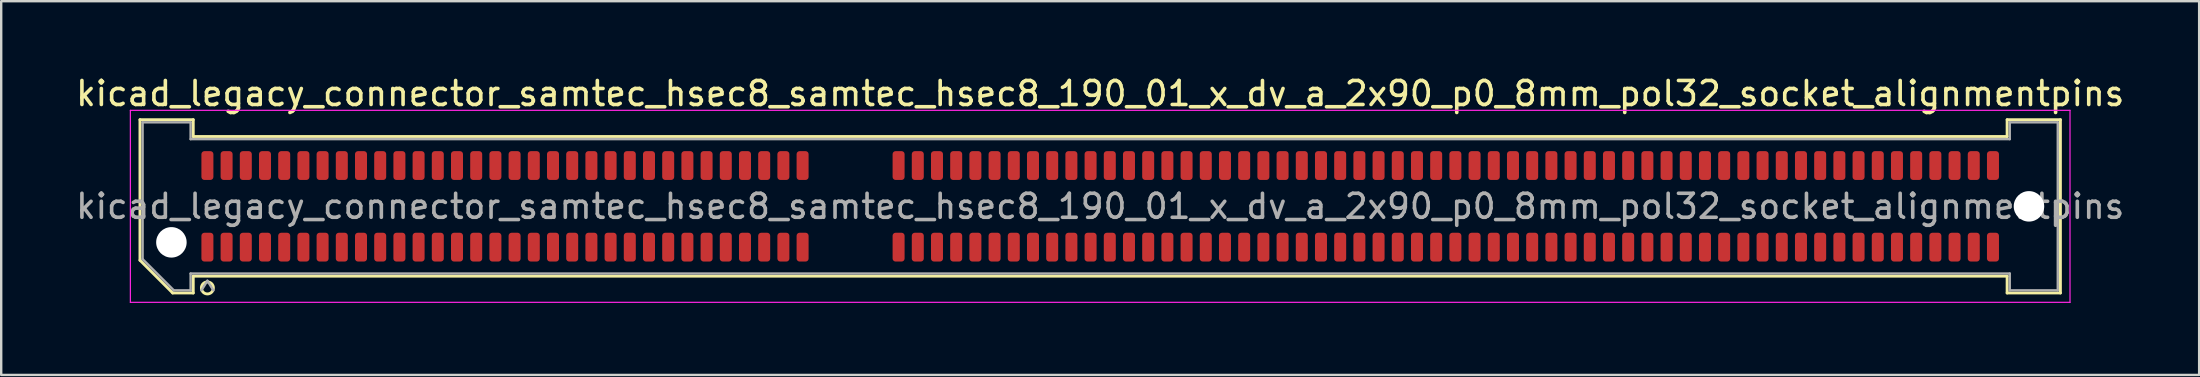
<source format=kicad_pcb>
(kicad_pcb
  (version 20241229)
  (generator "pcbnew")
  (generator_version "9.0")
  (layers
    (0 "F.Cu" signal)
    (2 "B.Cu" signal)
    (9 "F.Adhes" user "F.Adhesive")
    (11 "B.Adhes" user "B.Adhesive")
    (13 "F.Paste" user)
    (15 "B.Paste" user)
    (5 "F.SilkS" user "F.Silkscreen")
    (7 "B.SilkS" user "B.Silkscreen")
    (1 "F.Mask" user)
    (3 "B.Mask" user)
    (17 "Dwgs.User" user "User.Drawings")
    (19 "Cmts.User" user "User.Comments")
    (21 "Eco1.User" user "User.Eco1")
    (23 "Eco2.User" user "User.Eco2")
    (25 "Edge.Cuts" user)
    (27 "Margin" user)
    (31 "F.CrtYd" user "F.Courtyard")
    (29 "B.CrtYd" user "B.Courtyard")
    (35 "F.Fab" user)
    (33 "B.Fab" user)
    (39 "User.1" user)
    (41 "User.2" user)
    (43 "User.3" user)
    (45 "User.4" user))
  (footprint "kicad_legacy_connector_samtec_hsec8_samtec_hsec8_190_01_x_dv_a_2x90_p0_8mm_pol32_socket_alignmentpins"
    (layer "F.Cu")
    (at 42.792 5.548)
    (property "Reference" "kicad_legacy_connector_samtec_hsec8_samtec_hsec8_190_01_x_dv_a_2x90_p0_8mm_pol32_socket_alignmentpins" (at 0 -4.7 0) (layer "F.SilkS") (effects (font (size 1 1) (thickness 0.15))))
    (attr smd)
    (fp_line (start -40.01 -3.61) (end -37.79 -3.61) (stroke (width 0.12) (type solid)) (layer "F.SilkS"))
    (fp_line (start -40.01 2.246) (end -40.01 -3.61) (stroke (width 0.12) (type solid)) (layer "F.SilkS"))
    (fp_line (start -38.646 3.61) (end -40.01 2.246) (stroke (width 0.12) (type solid)) (layer "F.SilkS"))
    (fp_line (start -37.79 -3.61) (end -37.79 -2.91) (stroke (width 0.12) (type solid)) (layer "F.SilkS"))
    (fp_line (start -37.79 -2.91) (end 37.79 -2.91) (stroke (width 0.12) (type solid)) (layer "F.SilkS"))
    (fp_line (start -37.79 2.91) (end -37.79 3.61) (stroke (width 0.12) (type solid)) (layer "F.SilkS"))
    (fp_line (start -37.79 3.61) (end -38.646 3.61) (stroke (width 0.12) (type solid)) (layer "F.SilkS"))
    (fp_line (start 37.79 -3.61) (end 40.01 -3.61) (stroke (width 0.12) (type solid)) (layer "F.SilkS"))
    (fp_line (start 37.79 -2.91) (end 37.79 -3.61) (stroke (width 0.12) (type solid)) (layer "F.SilkS"))
    (fp_line (start 37.79 2.91) (end -37.79 2.91) (stroke (width 0.12) (type solid)) (layer "F.SilkS"))
    (fp_line (start 37.79 3.61) (end 37.79 2.91) (stroke (width 0.12) (type solid)) (layer "F.SilkS"))
    (fp_line (start 40.01 -3.61) (end 40.01 3.61) (stroke (width 0.12) (type solid)) (layer "F.SilkS"))
    (fp_line (start 40.01 3.61) (end 37.79 3.61) (stroke (width 0.12) (type solid)) (layer "F.SilkS"))
    (fp_arc (start -36.95 3.4) (mid -37.45 3.4) (end -36.95 3.4) (stroke (width 0.12) (type solid)) (layer "F.SilkS"))
    (fp_line (start -40.41 -4) (end -40.41 4) (stroke (width 0.05) (type solid)) (layer "F.CrtYd"))
    (fp_line (start -40.41 4) (end 40.41 4) (stroke (width 0.05) (type solid)) (layer "F.CrtYd"))
    (fp_line (start 40.41 -4) (end -40.41 -4) (stroke (width 0.05) (type solid)) (layer "F.CrtYd"))
    (fp_line (start 40.41 4) (end 40.41 -4) (stroke (width 0.05) (type solid)) (layer "F.CrtYd"))
    (fp_line (start -39.9 -3.5) (end -37.9 -3.5) (stroke (width 0.1) (type solid)) (layer "F.Fab"))
    (fp_line (start -39.9 2.2) (end -39.9 -3.5) (stroke (width 0.1) (type solid)) (layer "F.Fab"))
    (fp_line (start -38.6 3.5) (end -39.9 2.2) (stroke (width 0.1) (type solid)) (layer "F.Fab"))
    (fp_line (start -37.9 -3.5) (end -37.9 -2.8) (stroke (width 0.1) (type solid)) (layer "F.Fab"))
    (fp_line (start -37.9 -2.8) (end 37.9 -2.8) (stroke (width 0.1) (type solid)) (layer "F.Fab"))
    (fp_line (start -37.9 2.8) (end -37.9 3.5) (stroke (width 0.1) (type solid)) (layer "F.Fab"))
    (fp_line (start -37.9 3.5) (end -38.6 3.5) (stroke (width 0.1) (type solid)) (layer "F.Fab"))
    (fp_line (start -37.2 3.1) (end -37.45 3.5) (stroke (width 0.1) (type solid)) (layer "F.Fab"))
    (fp_line (start -37.2 3.1) (end -36.95 3.5) (stroke (width 0.1) (type solid)) (layer "F.Fab"))
    (fp_line (start 37.9 -3.5) (end 39.9 -3.5) (stroke (width 0.1) (type solid)) (layer "F.Fab"))
    (fp_line (start 37.9 -2.8) (end 37.9 -3.5) (stroke (width 0.1) (type solid)) (layer "F.Fab"))
    (fp_line (start 37.9 2.8) (end -37.9 2.8) (stroke (width 0.1) (type solid)) (layer "F.Fab"))
    (fp_line (start 37.9 3.5) (end 37.9 2.8) (stroke (width 0.1) (type solid)) (layer "F.Fab"))
    (fp_line (start 39.9 -3.5) (end 39.9 3.5) (stroke (width 0.1) (type solid)) (layer "F.Fab"))
    (fp_line (start 39.9 3.5) (end 37.9 3.5) (stroke (width 0.1) (type solid)) (layer "F.Fab"))
    (fp_text user "${REFERENCE}" (at 0 0 0) (layer "F.Fab") (effects (font (size 1 1) (thickness 0.15))))
    (pad "" np_thru_hole circle (at -38.7 1.5) (size 1.27 1.27) (drill 1.27) (layers "*.Cu" "*.Mask"))
    (pad "" np_thru_hole circle (at 38.7 0) (size 1.27 1.27) (drill 1.27) (layers "*.Cu" "*.Mask"))
    (pad "1" smd roundrect (at -37.2 1.7) (size 0.5 1.2) (layers "F.Cu" "F.Mask" "F.Paste") (roundrect_rratio 0.25))
    (pad "2" smd roundrect (at -37.2 -1.7) (size 0.5 1.2) (layers "F.Cu" "F.Mask" "F.Paste") (roundrect_rratio 0.25))
    (pad "3" smd roundrect (at -36.4 1.7) (size 0.5 1.2) (layers "F.Cu" "F.Mask" "F.Paste") (roundrect_rratio 0.25))
    (pad "4" smd roundrect (at -36.4 -1.7) (size 0.5 1.2) (layers "F.Cu" "F.Mask" "F.Paste") (roundrect_rratio 0.25))
    (pad "5" smd roundrect (at -35.6 1.7) (size 0.5 1.2) (layers "F.Cu" "F.Mask" "F.Paste") (roundrect_rratio 0.25))
    (pad "6" smd roundrect (at -35.6 -1.7) (size 0.5 1.2) (layers "F.Cu" "F.Mask" "F.Paste") (roundrect_rratio 0.25))
    (pad "7" smd roundrect (at -34.8 1.7) (size 0.5 1.2) (layers "F.Cu" "F.Mask" "F.Paste") (roundrect_rratio 0.25))
    (pad "8" smd roundrect (at -34.8 -1.7) (size 0.5 1.2) (layers "F.Cu" "F.Mask" "F.Paste") (roundrect_rratio 0.25))
    (pad "9" smd roundrect (at -34 1.7) (size 0.5 1.2) (layers "F.Cu" "F.Mask" "F.Paste") (roundrect_rratio 0.25))
    (pad "10" smd roundrect (at -34 -1.7) (size 0.5 1.2) (layers "F.Cu" "F.Mask" "F.Paste") (roundrect_rratio 0.25))
    (pad "11" smd roundrect (at -33.2 1.7) (size 0.5 1.2) (layers "F.Cu" "F.Mask" "F.Paste") (roundrect_rratio 0.25))
    (pad "12" smd roundrect (at -33.2 -1.7) (size 0.5 1.2) (layers "F.Cu" "F.Mask" "F.Paste") (roundrect_rratio 0.25))
    (pad "13" smd roundrect (at -32.4 1.7) (size 0.5 1.2) (layers "F.Cu" "F.Mask" "F.Paste") (roundrect_rratio 0.25))
    (pad "14" smd roundrect (at -32.4 -1.7) (size 0.5 1.2) (layers "F.Cu" "F.Mask" "F.Paste") (roundrect_rratio 0.25))
    (pad "15" smd roundrect (at -31.6 1.7) (size 0.5 1.2) (layers "F.Cu" "F.Mask" "F.Paste") (roundrect_rratio 0.25))
    (pad "16" smd roundrect (at -31.6 -1.7) (size 0.5 1.2) (layers "F.Cu" "F.Mask" "F.Paste") (roundrect_rratio 0.25))
    (pad "17" smd roundrect (at -30.8 1.7) (size 0.5 1.2) (layers "F.Cu" "F.Mask" "F.Paste") (roundrect_rratio 0.25))
    (pad "18" smd roundrect (at -30.8 -1.7) (size 0.5 1.2) (layers "F.Cu" "F.Mask" "F.Paste") (roundrect_rratio 0.25))
    (pad "19" smd roundrect (at -30 1.7) (size 0.5 1.2) (layers "F.Cu" "F.Mask" "F.Paste") (roundrect_rratio 0.25))
    (pad "20" smd roundrect (at -30 -1.7) (size 0.5 1.2) (layers "F.Cu" "F.Mask" "F.Paste") (roundrect_rratio 0.25))
    (pad "21" smd roundrect (at -29.2 1.7) (size 0.5 1.2) (layers "F.Cu" "F.Mask" "F.Paste") (roundrect_rratio 0.25))
    (pad "22" smd roundrect (at -29.2 -1.7) (size 0.5 1.2) (layers "F.Cu" "F.Mask" "F.Paste") (roundrect_rratio 0.25))
    (pad "23" smd roundrect (at -28.4 1.7) (size 0.5 1.2) (layers "F.Cu" "F.Mask" "F.Paste") (roundrect_rratio 0.25))
    (pad "24" smd roundrect (at -28.4 -1.7) (size 0.5 1.2) (layers "F.Cu" "F.Mask" "F.Paste") (roundrect_rratio 0.25))
    (pad "25" smd roundrect (at -27.6 1.7) (size 0.5 1.2) (layers "F.Cu" "F.Mask" "F.Paste") (roundrect_rratio 0.25))
    (pad "26" smd roundrect (at -27.6 -1.7) (size 0.5 1.2) (layers "F.Cu" "F.Mask" "F.Paste") (roundrect_rratio 0.25))
    (pad "27" smd roundrect (at -26.8 1.7) (size 0.5 1.2) (layers "F.Cu" "F.Mask" "F.Paste") (roundrect_rratio 0.25))
    (pad "28" smd roundrect (at -26.8 -1.7) (size 0.5 1.2) (layers "F.Cu" "F.Mask" "F.Paste") (roundrect_rratio 0.25))
    (pad "29" smd roundrect (at -26 1.7) (size 0.5 1.2) (layers "F.Cu" "F.Mask" "F.Paste") (roundrect_rratio 0.25))
    (pad "30" smd roundrect (at -26 -1.7) (size 0.5 1.2) (layers "F.Cu" "F.Mask" "F.Paste") (roundrect_rratio 0.25))
    (pad "31" smd roundrect (at -25.2 1.7) (size 0.5 1.2) (layers "F.Cu" "F.Mask" "F.Paste") (roundrect_rratio 0.25))
    (pad "32" smd roundrect (at -25.2 -1.7) (size 0.5 1.2) (layers "F.Cu" "F.Mask" "F.Paste") (roundrect_rratio 0.25))
    (pad "33" smd roundrect (at -24.4 1.7) (size 0.5 1.2) (layers "F.Cu" "F.Mask" "F.Paste") (roundrect_rratio 0.25))
    (pad "34" smd roundrect (at -24.4 -1.7) (size 0.5 1.2) (layers "F.Cu" "F.Mask" "F.Paste") (roundrect_rratio 0.25))
    (pad "35" smd roundrect (at -23.6 1.7) (size 0.5 1.2) (layers "F.Cu" "F.Mask" "F.Paste") (roundrect_rratio 0.25))
    (pad "36" smd roundrect (at -23.6 -1.7) (size 0.5 1.2) (layers "F.Cu" "F.Mask" "F.Paste") (roundrect_rratio 0.25))
    (pad "37" smd roundrect (at -22.8 1.7) (size 0.5 1.2) (layers "F.Cu" "F.Mask" "F.Paste") (roundrect_rratio 0.25))
    (pad "38" smd roundrect (at -22.8 -1.7) (size 0.5 1.2) (layers "F.Cu" "F.Mask" "F.Paste") (roundrect_rratio 0.25))
    (pad "39" smd roundrect (at -22 1.7) (size 0.5 1.2) (layers "F.Cu" "F.Mask" "F.Paste") (roundrect_rratio 0.25))
    (pad "40" smd roundrect (at -22 -1.7) (size 0.5 1.2) (layers "F.Cu" "F.Mask" "F.Paste") (roundrect_rratio 0.25))
    (pad "41" smd roundrect (at -21.2 1.7) (size 0.5 1.2) (layers "F.Cu" "F.Mask" "F.Paste") (roundrect_rratio 0.25))
    (pad "42" smd roundrect (at -21.2 -1.7) (size 0.5 1.2) (layers "F.Cu" "F.Mask" "F.Paste") (roundrect_rratio 0.25))
    (pad "43" smd roundrect (at -20.4 1.7) (size 0.5 1.2) (layers "F.Cu" "F.Mask" "F.Paste") (roundrect_rratio 0.25))
    (pad "44" smd roundrect (at -20.4 -1.7) (size 0.5 1.2) (layers "F.Cu" "F.Mask" "F.Paste") (roundrect_rratio 0.25))
    (pad "45" smd roundrect (at -19.6 1.7) (size 0.5 1.2) (layers "F.Cu" "F.Mask" "F.Paste") (roundrect_rratio 0.25))
    (pad "46" smd roundrect (at -19.6 -1.7) (size 0.5 1.2) (layers "F.Cu" "F.Mask" "F.Paste") (roundrect_rratio 0.25))
    (pad "47" smd roundrect (at -18.8 1.7) (size 0.5 1.2) (layers "F.Cu" "F.Mask" "F.Paste") (roundrect_rratio 0.25))
    (pad "48" smd roundrect (at -18.8 -1.7) (size 0.5 1.2) (layers "F.Cu" "F.Mask" "F.Paste") (roundrect_rratio 0.25))
    (pad "49" smd roundrect (at -18 1.7) (size 0.5 1.2) (layers "F.Cu" "F.Mask" "F.Paste") (roundrect_rratio 0.25))
    (pad "50" smd roundrect (at -18 -1.7) (size 0.5 1.2) (layers "F.Cu" "F.Mask" "F.Paste") (roundrect_rratio 0.25))
    (pad "51" smd roundrect (at -17.2 1.7) (size 0.5 1.2) (layers "F.Cu" "F.Mask" "F.Paste") (roundrect_rratio 0.25))
    (pad "52" smd roundrect (at -17.2 -1.7) (size 0.5 1.2) (layers "F.Cu" "F.Mask" "F.Paste") (roundrect_rratio 0.25))
    (pad "53" smd roundrect (at -16.4 1.7) (size 0.5 1.2) (layers "F.Cu" "F.Mask" "F.Paste") (roundrect_rratio 0.25))
    (pad "54" smd roundrect (at -16.4 -1.7) (size 0.5 1.2) (layers "F.Cu" "F.Mask" "F.Paste") (roundrect_rratio 0.25))
    (pad "55" smd roundrect (at -15.6 1.7) (size 0.5 1.2) (layers "F.Cu" "F.Mask" "F.Paste") (roundrect_rratio 0.25))
    (pad "56" smd roundrect (at -15.6 -1.7) (size 0.5 1.2) (layers "F.Cu" "F.Mask" "F.Paste") (roundrect_rratio 0.25))
    (pad "57" smd roundrect (at -14.8 1.7) (size 0.5 1.2) (layers "F.Cu" "F.Mask" "F.Paste") (roundrect_rratio 0.25))
    (pad "58" smd roundrect (at -14.8 -1.7) (size 0.5 1.2) (layers "F.Cu" "F.Mask" "F.Paste") (roundrect_rratio 0.25))
    (pad "59" smd roundrect (at -14 1.7) (size 0.5 1.2) (layers "F.Cu" "F.Mask" "F.Paste") (roundrect_rratio 0.25))
    (pad "60" smd roundrect (at -14 -1.7) (size 0.5 1.2) (layers "F.Cu" "F.Mask" "F.Paste") (roundrect_rratio 0.25))
    (pad "61" smd roundrect (at -13.2 1.7) (size 0.5 1.2) (layers "F.Cu" "F.Mask" "F.Paste") (roundrect_rratio 0.25))
    (pad "62" smd roundrect (at -13.2 -1.7) (size 0.5 1.2) (layers "F.Cu" "F.Mask" "F.Paste") (roundrect_rratio 0.25))
    (pad "63" smd roundrect (at -12.4 1.7) (size 0.5 1.2) (layers "F.Cu" "F.Mask" "F.Paste") (roundrect_rratio 0.25))
    (pad "64" smd roundrect (at -12.4 -1.7) (size 0.5 1.2) (layers "F.Cu" "F.Mask" "F.Paste") (roundrect_rratio 0.25))
    (pad "65" smd roundrect (at -8.4 1.7) (size 0.5 1.2) (layers "F.Cu" "F.Mask" "F.Paste") (roundrect_rratio 0.25))
    (pad "66" smd roundrect (at -8.4 -1.7) (size 0.5 1.2) (layers "F.Cu" "F.Mask" "F.Paste") (roundrect_rratio 0.25))
    (pad "67" smd roundrect (at -7.6 1.7) (size 0.5 1.2) (layers "F.Cu" "F.Mask" "F.Paste") (roundrect_rratio 0.25))
    (pad "68" smd roundrect (at -7.6 -1.7) (size 0.5 1.2) (layers "F.Cu" "F.Mask" "F.Paste") (roundrect_rratio 0.25))
    (pad "69" smd roundrect (at -6.8 1.7) (size 0.5 1.2) (layers "F.Cu" "F.Mask" "F.Paste") (roundrect_rratio 0.25))
    (pad "70" smd roundrect (at -6.8 -1.7) (size 0.5 1.2) (layers "F.Cu" "F.Mask" "F.Paste") (roundrect_rratio 0.25))
    (pad "71" smd roundrect (at -6 1.7) (size 0.5 1.2) (layers "F.Cu" "F.Mask" "F.Paste") (roundrect_rratio 0.25))
    (pad "72" smd roundrect (at -6 -1.7) (size 0.5 1.2) (layers "F.Cu" "F.Mask" "F.Paste") (roundrect_rratio 0.25))
    (pad "73" smd roundrect (at -5.2 1.7) (size 0.5 1.2) (layers "F.Cu" "F.Mask" "F.Paste") (roundrect_rratio 0.25))
    (pad "74" smd roundrect (at -5.2 -1.7) (size 0.5 1.2) (layers "F.Cu" "F.Mask" "F.Paste") (roundrect_rratio 0.25))
    (pad "75" smd roundrect (at -4.4 1.7) (size 0.5 1.2) (layers "F.Cu" "F.Mask" "F.Paste") (roundrect_rratio 0.25))
    (pad "76" smd roundrect (at -4.4 -1.7) (size 0.5 1.2) (layers "F.Cu" "F.Mask" "F.Paste") (roundrect_rratio 0.25))
    (pad "77" smd roundrect (at -3.6 1.7) (size 0.5 1.2) (layers "F.Cu" "F.Mask" "F.Paste") (roundrect_rratio 0.25))
    (pad "78" smd roundrect (at -3.6 -1.7) (size 0.5 1.2) (layers "F.Cu" "F.Mask" "F.Paste") (roundrect_rratio 0.25))
    (pad "79" smd roundrect (at -2.8 1.7) (size 0.5 1.2) (layers "F.Cu" "F.Mask" "F.Paste") (roundrect_rratio 0.25))
    (pad "80" smd roundrect (at -2.8 -1.7) (size 0.5 1.2) (layers "F.Cu" "F.Mask" "F.Paste") (roundrect_rratio 0.25))
    (pad "81" smd roundrect (at -2 1.7) (size 0.5 1.2) (layers "F.Cu" "F.Mask" "F.Paste") (roundrect_rratio 0.25))
    (pad "82" smd roundrect (at -2 -1.7) (size 0.5 1.2) (layers "F.Cu" "F.Mask" "F.Paste") (roundrect_rratio 0.25))
    (pad "83" smd roundrect (at -1.2 1.7) (size 0.5 1.2) (layers "F.Cu" "F.Mask" "F.Paste") (roundrect_rratio 0.25))
    (pad "84" smd roundrect (at -1.2 -1.7) (size 0.5 1.2) (layers "F.Cu" "F.Mask" "F.Paste") (roundrect_rratio 0.25))
    (pad "85" smd roundrect (at -0.4 1.7) (size 0.5 1.2) (layers "F.Cu" "F.Mask" "F.Paste") (roundrect_rratio 0.25))
    (pad "86" smd roundrect (at -0.4 -1.7) (size 0.5 1.2) (layers "F.Cu" "F.Mask" "F.Paste") (roundrect_rratio 0.25))
    (pad "87" smd roundrect (at 0.4 1.7) (size 0.5 1.2) (layers "F.Cu" "F.Mask" "F.Paste") (roundrect_rratio 0.25))
    (pad "88" smd roundrect (at 0.4 -1.7) (size 0.5 1.2) (layers "F.Cu" "F.Mask" "F.Paste") (roundrect_rratio 0.25))
    (pad "89" smd roundrect (at 1.2 1.7) (size 0.5 1.2) (layers "F.Cu" "F.Mask" "F.Paste") (roundrect_rratio 0.25))
    (pad "90" smd roundrect (at 1.2 -1.7) (size 0.5 1.2) (layers "F.Cu" "F.Mask" "F.Paste") (roundrect_rratio 0.25))
    (pad "91" smd roundrect (at 2 1.7) (size 0.5 1.2) (layers "F.Cu" "F.Mask" "F.Paste") (roundrect_rratio 0.25))
    (pad "92" smd roundrect (at 2 -1.7) (size 0.5 1.2) (layers "F.Cu" "F.Mask" "F.Paste") (roundrect_rratio 0.25))
    (pad "93" smd roundrect (at 2.8 1.7) (size 0.5 1.2) (layers "F.Cu" "F.Mask" "F.Paste") (roundrect_rratio 0.25))
    (pad "94" smd roundrect (at 2.8 -1.7) (size 0.5 1.2) (layers "F.Cu" "F.Mask" "F.Paste") (roundrect_rratio 0.25))
    (pad "95" smd roundrect (at 3.6 1.7) (size 0.5 1.2) (layers "F.Cu" "F.Mask" "F.Paste") (roundrect_rratio 0.25))
    (pad "96" smd roundrect (at 3.6 -1.7) (size 0.5 1.2) (layers "F.Cu" "F.Mask" "F.Paste") (roundrect_rratio 0.25))
    (pad "97" smd roundrect (at 4.4 1.7) (size 0.5 1.2) (layers "F.Cu" "F.Mask" "F.Paste") (roundrect_rratio 0.25))
    (pad "98" smd roundrect (at 4.4 -1.7) (size 0.5 1.2) (layers "F.Cu" "F.Mask" "F.Paste") (roundrect_rratio 0.25))
    (pad "99" smd roundrect (at 5.2 1.7) (size 0.5 1.2) (layers "F.Cu" "F.Mask" "F.Paste") (roundrect_rratio 0.25))
    (pad "100" smd roundrect (at 5.2 -1.7) (size 0.5 1.2) (layers "F.Cu" "F.Mask" "F.Paste") (roundrect_rratio 0.25))
    (pad "101" smd roundrect (at 6 1.7) (size 0.5 1.2) (layers "F.Cu" "F.Mask" "F.Paste") (roundrect_rratio 0.25))
    (pad "102" smd roundrect (at 6 -1.7) (size 0.5 1.2) (layers "F.Cu" "F.Mask" "F.Paste") (roundrect_rratio 0.25))
    (pad "103" smd roundrect (at 6.8 1.7) (size 0.5 1.2) (layers "F.Cu" "F.Mask" "F.Paste") (roundrect_rratio 0.25))
    (pad "104" smd roundrect (at 6.8 -1.7) (size 0.5 1.2) (layers "F.Cu" "F.Mask" "F.Paste") (roundrect_rratio 0.25))
    (pad "105" smd roundrect (at 7.6 1.7) (size 0.5 1.2) (layers "F.Cu" "F.Mask" "F.Paste") (roundrect_rratio 0.25))
    (pad "106" smd roundrect (at 7.6 -1.7) (size 0.5 1.2) (layers "F.Cu" "F.Mask" "F.Paste") (roundrect_rratio 0.25))
    (pad "107" smd roundrect (at 8.4 1.7) (size 0.5 1.2) (layers "F.Cu" "F.Mask" "F.Paste") (roundrect_rratio 0.25))
    (pad "108" smd roundrect (at 8.4 -1.7) (size 0.5 1.2) (layers "F.Cu" "F.Mask" "F.Paste") (roundrect_rratio 0.25))
    (pad "109" smd roundrect (at 9.2 1.7) (size 0.5 1.2) (layers "F.Cu" "F.Mask" "F.Paste") (roundrect_rratio 0.25))
    (pad "110" smd roundrect (at 9.2 -1.7) (size 0.5 1.2) (layers "F.Cu" "F.Mask" "F.Paste") (roundrect_rratio 0.25))
    (pad "111" smd roundrect (at 10 1.7) (size 0.5 1.2) (layers "F.Cu" "F.Mask" "F.Paste") (roundrect_rratio 0.25))
    (pad "112" smd roundrect (at 10 -1.7) (size 0.5 1.2) (layers "F.Cu" "F.Mask" "F.Paste") (roundrect_rratio 0.25))
    (pad "113" smd roundrect (at 10.8 1.7) (size 0.5 1.2) (layers "F.Cu" "F.Mask" "F.Paste") (roundrect_rratio 0.25))
    (pad "114" smd roundrect (at 10.8 -1.7) (size 0.5 1.2) (layers "F.Cu" "F.Mask" "F.Paste") (roundrect_rratio 0.25))
    (pad "115" smd roundrect (at 11.6 1.7) (size 0.5 1.2) (layers "F.Cu" "F.Mask" "F.Paste") (roundrect_rratio 0.25))
    (pad "116" smd roundrect (at 11.6 -1.7) (size 0.5 1.2) (layers "F.Cu" "F.Mask" "F.Paste") (roundrect_rratio 0.25))
    (pad "117" smd roundrect (at 12.4 1.7) (size 0.5 1.2) (layers "F.Cu" "F.Mask" "F.Paste") (roundrect_rratio 0.25))
    (pad "118" smd roundrect (at 12.4 -1.7) (size 0.5 1.2) (layers "F.Cu" "F.Mask" "F.Paste") (roundrect_rratio 0.25))
    (pad "119" smd roundrect (at 13.2 1.7) (size 0.5 1.2) (layers "F.Cu" "F.Mask" "F.Paste") (roundrect_rratio 0.25))
    (pad "120" smd roundrect (at 13.2 -1.7) (size 0.5 1.2) (layers "F.Cu" "F.Mask" "F.Paste") (roundrect_rratio 0.25))
    (pad "121" smd roundrect (at 14 1.7) (size 0.5 1.2) (layers "F.Cu" "F.Mask" "F.Paste") (roundrect_rratio 0.25))
    (pad "122" smd roundrect (at 14 -1.7) (size 0.5 1.2) (layers "F.Cu" "F.Mask" "F.Paste") (roundrect_rratio 0.25))
    (pad "123" smd roundrect (at 14.8 1.7) (size 0.5 1.2) (layers "F.Cu" "F.Mask" "F.Paste") (roundrect_rratio 0.25))
    (pad "124" smd roundrect (at 14.8 -1.7) (size 0.5 1.2) (layers "F.Cu" "F.Mask" "F.Paste") (roundrect_rratio 0.25))
    (pad "125" smd roundrect (at 15.6 1.7) (size 0.5 1.2) (layers "F.Cu" "F.Mask" "F.Paste") (roundrect_rratio 0.25))
    (pad "126" smd roundrect (at 15.6 -1.7) (size 0.5 1.2) (layers "F.Cu" "F.Mask" "F.Paste") (roundrect_rratio 0.25))
    (pad "127" smd roundrect (at 16.4 1.7) (size 0.5 1.2) (layers "F.Cu" "F.Mask" "F.Paste") (roundrect_rratio 0.25))
    (pad "128" smd roundrect (at 16.4 -1.7) (size 0.5 1.2) (layers "F.Cu" "F.Mask" "F.Paste") (roundrect_rratio 0.25))
    (pad "129" smd roundrect (at 17.2 1.7) (size 0.5 1.2) (layers "F.Cu" "F.Mask" "F.Paste") (roundrect_rratio 0.25))
    (pad "130" smd roundrect (at 17.2 -1.7) (size 0.5 1.2) (layers "F.Cu" "F.Mask" "F.Paste") (roundrect_rratio 0.25))
    (pad "131" smd roundrect (at 18 1.7) (size 0.5 1.2) (layers "F.Cu" "F.Mask" "F.Paste") (roundrect_rratio 0.25))
    (pad "132" smd roundrect (at 18 -1.7) (size 0.5 1.2) (layers "F.Cu" "F.Mask" "F.Paste") (roundrect_rratio 0.25))
    (pad "133" smd roundrect (at 18.8 1.7) (size 0.5 1.2) (layers "F.Cu" "F.Mask" "F.Paste") (roundrect_rratio 0.25))
    (pad "134" smd roundrect (at 18.8 -1.7) (size 0.5 1.2) (layers "F.Cu" "F.Mask" "F.Paste") (roundrect_rratio 0.25))
    (pad "135" smd roundrect (at 19.6 1.7) (size 0.5 1.2) (layers "F.Cu" "F.Mask" "F.Paste") (roundrect_rratio 0.25))
    (pad "136" smd roundrect (at 19.6 -1.7) (size 0.5 1.2) (layers "F.Cu" "F.Mask" "F.Paste") (roundrect_rratio 0.25))
    (pad "137" smd roundrect (at 20.4 1.7) (size 0.5 1.2) (layers "F.Cu" "F.Mask" "F.Paste") (roundrect_rratio 0.25))
    (pad "138" smd roundrect (at 20.4 -1.7) (size 0.5 1.2) (layers "F.Cu" "F.Mask" "F.Paste") (roundrect_rratio 0.25))
    (pad "139" smd roundrect (at 21.2 1.7) (size 0.5 1.2) (layers "F.Cu" "F.Mask" "F.Paste") (roundrect_rratio 0.25))
    (pad "140" smd roundrect (at 21.2 -1.7) (size 0.5 1.2) (layers "F.Cu" "F.Mask" "F.Paste") (roundrect_rratio 0.25))
    (pad "141" smd roundrect (at 22 1.7) (size 0.5 1.2) (layers "F.Cu" "F.Mask" "F.Paste") (roundrect_rratio 0.25))
    (pad "142" smd roundrect (at 22 -1.7) (size 0.5 1.2) (layers "F.Cu" "F.Mask" "F.Paste") (roundrect_rratio 0.25))
    (pad "143" smd roundrect (at 22.8 1.7) (size 0.5 1.2) (layers "F.Cu" "F.Mask" "F.Paste") (roundrect_rratio 0.25))
    (pad "144" smd roundrect (at 22.8 -1.7) (size 0.5 1.2) (layers "F.Cu" "F.Mask" "F.Paste") (roundrect_rratio 0.25))
    (pad "145" smd roundrect (at 23.6 1.7) (size 0.5 1.2) (layers "F.Cu" "F.Mask" "F.Paste") (roundrect_rratio 0.25))
    (pad "146" smd roundrect (at 23.6 -1.7) (size 0.5 1.2) (layers "F.Cu" "F.Mask" "F.Paste") (roundrect_rratio 0.25))
    (pad "147" smd roundrect (at 24.4 1.7) (size 0.5 1.2) (layers "F.Cu" "F.Mask" "F.Paste") (roundrect_rratio 0.25))
    (pad "148" smd roundrect (at 24.4 -1.7) (size 0.5 1.2) (layers "F.Cu" "F.Mask" "F.Paste") (roundrect_rratio 0.25))
    (pad "149" smd roundrect (at 25.2 1.7) (size 0.5 1.2) (layers "F.Cu" "F.Mask" "F.Paste") (roundrect_rratio 0.25))
    (pad "150" smd roundrect (at 25.2 -1.7) (size 0.5 1.2) (layers "F.Cu" "F.Mask" "F.Paste") (roundrect_rratio 0.25))
    (pad "151" smd roundrect (at 26 1.7) (size 0.5 1.2) (layers "F.Cu" "F.Mask" "F.Paste") (roundrect_rratio 0.25))
    (pad "152" smd roundrect (at 26 -1.7) (size 0.5 1.2) (layers "F.Cu" "F.Mask" "F.Paste") (roundrect_rratio 0.25))
    (pad "153" smd roundrect (at 26.8 1.7) (size 0.5 1.2) (layers "F.Cu" "F.Mask" "F.Paste") (roundrect_rratio 0.25))
    (pad "154" smd roundrect (at 26.8 -1.7) (size 0.5 1.2) (layers "F.Cu" "F.Mask" "F.Paste") (roundrect_rratio 0.25))
    (pad "155" smd roundrect (at 27.6 1.7) (size 0.5 1.2) (layers "F.Cu" "F.Mask" "F.Paste") (roundrect_rratio 0.25))
    (pad "156" smd roundrect (at 27.6 -1.7) (size 0.5 1.2) (layers "F.Cu" "F.Mask" "F.Paste") (roundrect_rratio 0.25))
    (pad "157" smd roundrect (at 28.4 1.7) (size 0.5 1.2) (layers "F.Cu" "F.Mask" "F.Paste") (roundrect_rratio 0.25))
    (pad "158" smd roundrect (at 28.4 -1.7) (size 0.5 1.2) (layers "F.Cu" "F.Mask" "F.Paste") (roundrect_rratio 0.25))
    (pad "159" smd roundrect (at 29.2 1.7) (size 0.5 1.2) (layers "F.Cu" "F.Mask" "F.Paste") (roundrect_rratio 0.25))
    (pad "160" smd roundrect (at 29.2 -1.7) (size 0.5 1.2) (layers "F.Cu" "F.Mask" "F.Paste") (roundrect_rratio 0.25))
    (pad "161" smd roundrect (at 30 1.7) (size 0.5 1.2) (layers "F.Cu" "F.Mask" "F.Paste") (roundrect_rratio 0.25))
    (pad "162" smd roundrect (at 30 -1.7) (size 0.5 1.2) (layers "F.Cu" "F.Mask" "F.Paste") (roundrect_rratio 0.25))
    (pad "163" smd roundrect (at 30.8 1.7) (size 0.5 1.2) (layers "F.Cu" "F.Mask" "F.Paste") (roundrect_rratio 0.25))
    (pad "164" smd roundrect (at 30.8 -1.7) (size 0.5 1.2) (layers "F.Cu" "F.Mask" "F.Paste") (roundrect_rratio 0.25))
    (pad "165" smd roundrect (at 31.6 1.7) (size 0.5 1.2) (layers "F.Cu" "F.Mask" "F.Paste") (roundrect_rratio 0.25))
    (pad "166" smd roundrect (at 31.6 -1.7) (size 0.5 1.2) (layers "F.Cu" "F.Mask" "F.Paste") (roundrect_rratio 0.25))
    (pad "167" smd roundrect (at 32.4 1.7) (size 0.5 1.2) (layers "F.Cu" "F.Mask" "F.Paste") (roundrect_rratio 0.25))
    (pad "168" smd roundrect (at 32.4 -1.7) (size 0.5 1.2) (layers "F.Cu" "F.Mask" "F.Paste") (roundrect_rratio 0.25))
    (pad "169" smd roundrect (at 33.2 1.7) (size 0.5 1.2) (layers "F.Cu" "F.Mask" "F.Paste") (roundrect_rratio 0.25))
    (pad "170" smd roundrect (at 33.2 -1.7) (size 0.5 1.2) (layers "F.Cu" "F.Mask" "F.Paste") (roundrect_rratio 0.25))
    (pad "171" smd roundrect (at 34 1.7) (size 0.5 1.2) (layers "F.Cu" "F.Mask" "F.Paste") (roundrect_rratio 0.25))
    (pad "172" smd roundrect (at 34 -1.7) (size 0.5 1.2) (layers "F.Cu" "F.Mask" "F.Paste") (roundrect_rratio 0.25))
    (pad "173" smd roundrect (at 34.8 1.7) (size 0.5 1.2) (layers "F.Cu" "F.Mask" "F.Paste") (roundrect_rratio 0.25))
    (pad "174" smd roundrect (at 34.8 -1.7) (size 0.5 1.2) (layers "F.Cu" "F.Mask" "F.Paste") (roundrect_rratio 0.25))
    (pad "175" smd roundrect (at 35.6 1.7) (size 0.5 1.2) (layers "F.Cu" "F.Mask" "F.Paste") (roundrect_rratio 0.25))
    (pad "176" smd roundrect (at 35.6 -1.7) (size 0.5 1.2) (layers "F.Cu" "F.Mask" "F.Paste") (roundrect_rratio 0.25))
    (pad "177" smd roundrect (at 36.4 1.7) (size 0.5 1.2) (layers "F.Cu" "F.Mask" "F.Paste") (roundrect_rratio 0.25))
    (pad "178" smd roundrect (at 36.4 -1.7) (size 0.5 1.2) (layers "F.Cu" "F.Mask" "F.Paste") (roundrect_rratio 0.25))
    (pad "179" smd roundrect (at 37.2 1.7) (size 0.5 1.2) (layers "F.Cu" "F.Mask" "F.Paste") (roundrect_rratio 0.25))
    (pad "180" smd roundrect (at 37.2 -1.7) (size 0.5 1.2) (layers "F.Cu" "F.Mask" "F.Paste") (roundrect_rratio 0.25)))
  (gr_rect
    (start -3 -3)
    (end 88.583 12.573)
    (stroke (width 0.1) (type default))
    (fill no)
    (layer "Edge.Cuts")))
</source>
